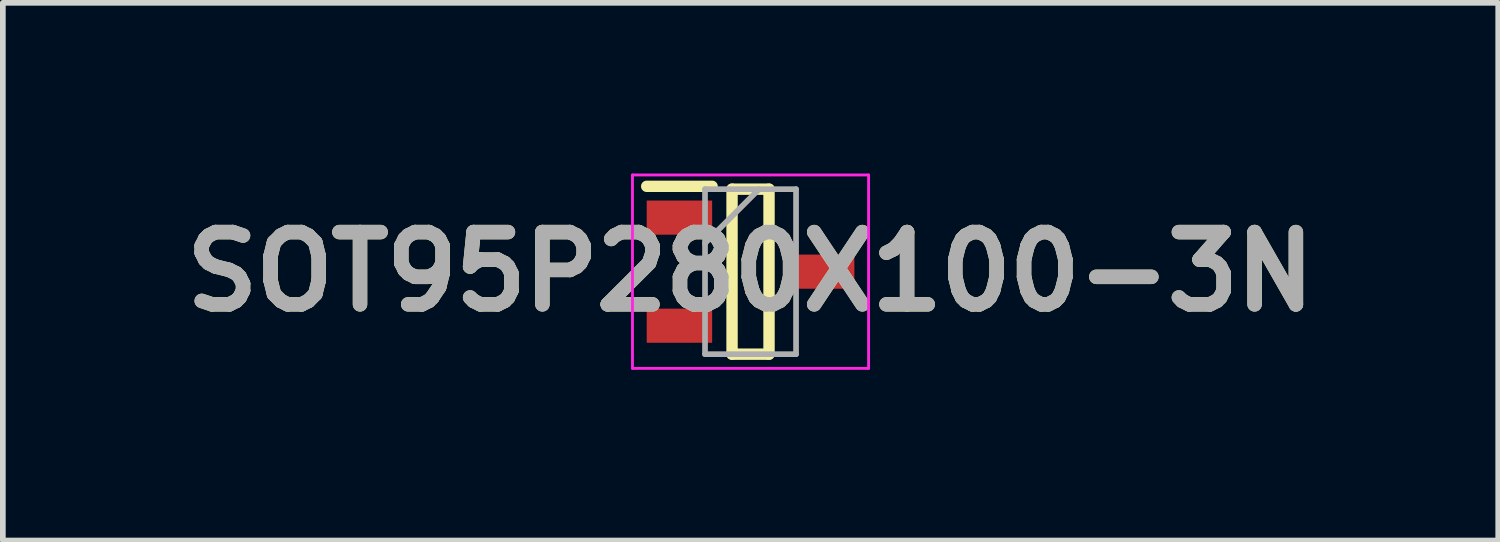
<source format=kicad_pcb>
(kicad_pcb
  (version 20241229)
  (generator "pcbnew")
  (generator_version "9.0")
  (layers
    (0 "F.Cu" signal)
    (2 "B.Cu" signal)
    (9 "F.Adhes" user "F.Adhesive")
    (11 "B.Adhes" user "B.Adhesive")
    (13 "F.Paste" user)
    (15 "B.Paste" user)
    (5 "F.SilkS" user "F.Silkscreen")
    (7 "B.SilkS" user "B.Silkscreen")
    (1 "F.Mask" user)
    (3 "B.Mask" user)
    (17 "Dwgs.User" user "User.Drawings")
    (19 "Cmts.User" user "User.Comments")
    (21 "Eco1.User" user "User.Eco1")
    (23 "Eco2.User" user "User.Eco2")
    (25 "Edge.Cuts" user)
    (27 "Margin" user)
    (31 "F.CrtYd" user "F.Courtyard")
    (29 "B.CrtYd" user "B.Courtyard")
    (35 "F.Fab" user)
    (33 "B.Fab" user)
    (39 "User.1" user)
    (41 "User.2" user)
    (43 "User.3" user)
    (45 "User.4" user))
  (footprint "SOT95P280X100-3N"
    (layer "F.Cu")
    (at 10.142 1.725)
    (property "Reference" "SOT95P280X100-3N" (at 0 0 0) (layer "F.SilkS") (effects (font (size 1.27 1.27) (thickness 0.254))))
    (attr smd)
    (fp_line (start -1.825 -1.5) (end -0.675 -1.5) (stroke (width 0.2) (type solid)) (layer "F.SilkS"))
    (fp_line (start -0.325 -1.45) (end 0.325 -1.45) (stroke (width 0.2) (type solid)) (layer "F.SilkS"))
    (fp_line (start -0.325 1.45) (end -0.325 -1.45) (stroke (width 0.2) (type solid)) (layer "F.SilkS"))
    (fp_line (start 0.325 -1.45) (end 0.325 1.45) (stroke (width 0.2) (type solid)) (layer "F.SilkS"))
    (fp_line (start 0.325 1.45) (end -0.325 1.45) (stroke (width 0.2) (type solid)) (layer "F.SilkS"))
    (fp_line (start -2.075 -1.7) (end 2.075 -1.7) (stroke (width 0.05) (type solid)) (layer "F.CrtYd"))
    (fp_line (start -2.075 1.7) (end -2.075 -1.7) (stroke (width 0.05) (type solid)) (layer "F.CrtYd"))
    (fp_line (start 2.075 -1.7) (end 2.075 1.7) (stroke (width 0.05) (type solid)) (layer "F.CrtYd"))
    (fp_line (start 2.075 1.7) (end -2.075 1.7) (stroke (width 0.05) (type solid)) (layer "F.CrtYd"))
    (fp_line (start -0.8 -1.45) (end 0.8 -1.45) (stroke (width 0.1) (type solid)) (layer "F.Fab"))
    (fp_line (start -0.8 -0.5) (end 0.15 -1.45) (stroke (width 0.1) (type solid)) (layer "F.Fab"))
    (fp_line (start -0.8 1.45) (end -0.8 -1.45) (stroke (width 0.1) (type solid)) (layer "F.Fab"))
    (fp_line (start 0.8 -1.45) (end 0.8 1.45) (stroke (width 0.1) (type solid)) (layer "F.Fab"))
    (fp_line (start 0.8 1.45) (end -0.8 1.45) (stroke (width 0.1) (type solid)) (layer "F.Fab"))
    (fp_text user "${REFERENCE}" (at 0 0 0) (layer "F.Fab") (effects (font (size 1.27 1.27) (thickness 0.254))))
    (pad "1" smd rect (at -1.25 -0.95 90) (size 0.6 1.15) (layers "F.Cu" "F.Mask" "F.Paste"))
    (pad "2" smd rect (at -1.25 0.95 90) (size 0.6 1.15) (layers "F.Cu" "F.Mask" "F.Paste"))
    (pad "3" smd rect (at 1.25 0 90) (size 0.6 1.15) (layers "F.Cu" "F.Mask" "F.Paste")))
  (gr_rect
    (start -3 -3)
    (end 23.284 6.45)
    (stroke (width 0.1) (type default))
    (fill no)
    (layer "Edge.Cuts")))
</source>
